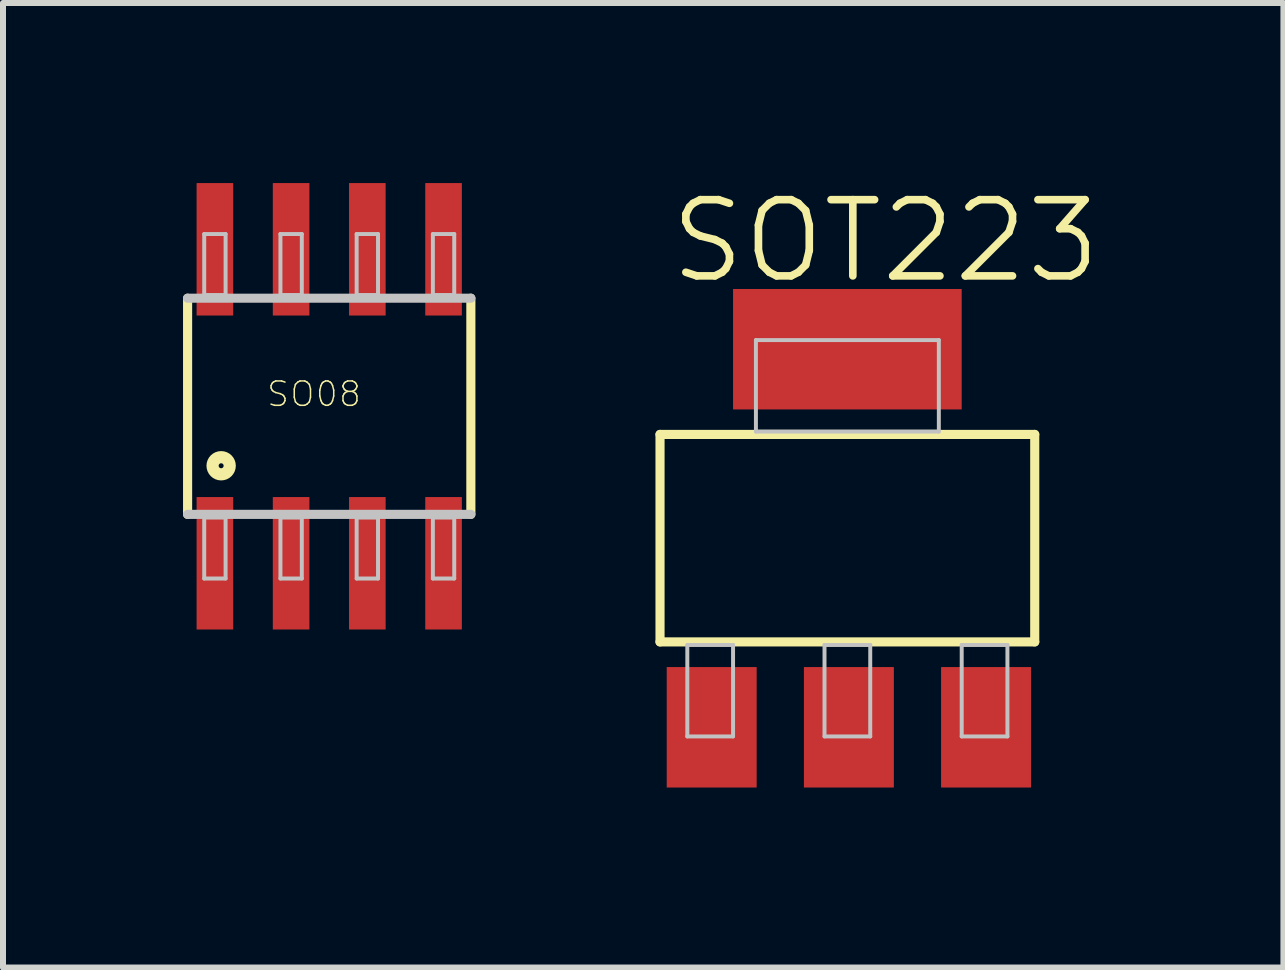
<source format=kicad_pcb>
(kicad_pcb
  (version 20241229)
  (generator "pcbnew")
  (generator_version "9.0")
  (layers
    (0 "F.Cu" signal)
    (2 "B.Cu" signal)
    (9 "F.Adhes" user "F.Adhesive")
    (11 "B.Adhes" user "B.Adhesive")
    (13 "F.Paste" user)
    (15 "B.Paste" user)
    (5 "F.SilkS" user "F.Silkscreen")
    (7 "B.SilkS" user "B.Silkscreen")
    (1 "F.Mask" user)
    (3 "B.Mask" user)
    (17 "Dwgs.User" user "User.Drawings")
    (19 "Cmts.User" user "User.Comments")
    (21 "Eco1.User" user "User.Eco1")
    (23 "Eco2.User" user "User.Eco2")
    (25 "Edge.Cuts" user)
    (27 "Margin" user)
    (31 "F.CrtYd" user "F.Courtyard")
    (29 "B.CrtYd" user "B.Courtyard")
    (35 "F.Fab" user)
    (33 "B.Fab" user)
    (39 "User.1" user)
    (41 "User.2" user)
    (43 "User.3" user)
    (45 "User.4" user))
  (footprint "SOT223"
    (layer "F.Cu")
    (at 11.07 5.919)
    (property "Reference" "SOT223" (at 0.635 -4.953 0) (layer "F.SilkS") (effects (font (size 1.27 1.27) (thickness 0.127))))
    (attr smd)
    (fp_line (start -3.122 -1.73) (end -3.122 1.727) (stroke (width 0.152) (type solid)) (layer "F.SilkS"))
    (fp_line (start -3.122 -1.73) (end 3.122 -1.73) (stroke (width 0.152) (type solid)) (layer "F.SilkS"))
    (fp_line (start 3.122 1.727) (end -3.122 1.727) (stroke (width 0.152) (type solid)) (layer "F.SilkS"))
    (fp_line (start 3.122 1.727) (end 3.122 -1.73) (stroke (width 0.152) (type solid)) (layer "F.SilkS"))
    (fp_line (start -2.667 1.778) (end -1.905 1.778) (stroke (width 0.066) (type solid)) (layer "Dwgs.User"))
    (fp_line (start -2.667 3.302) (end -2.667 1.778) (stroke (width 0.066) (type solid)) (layer "Dwgs.User"))
    (fp_line (start -2.667 3.302) (end -1.905 3.302) (stroke (width 0.066) (type solid)) (layer "Dwgs.User"))
    (fp_line (start -1.905 3.302) (end -1.905 1.778) (stroke (width 0.066) (type solid)) (layer "Dwgs.User"))
    (fp_line (start -1.524 -3.302) (end 1.524 -3.302) (stroke (width 0.066) (type solid)) (layer "Dwgs.User"))
    (fp_line (start -1.524 -1.778) (end -1.524 -3.302) (stroke (width 0.066) (type solid)) (layer "Dwgs.User"))
    (fp_line (start -1.524 -1.778) (end 1.524 -1.778) (stroke (width 0.066) (type solid)) (layer "Dwgs.User"))
    (fp_line (start -0.381 1.778) (end 0.381 1.778) (stroke (width 0.066) (type solid)) (layer "Dwgs.User"))
    (fp_line (start -0.381 3.302) (end -0.381 1.778) (stroke (width 0.066) (type solid)) (layer "Dwgs.User"))
    (fp_line (start -0.381 3.302) (end 0.381 3.302) (stroke (width 0.066) (type solid)) (layer "Dwgs.User"))
    (fp_line (start 0.381 3.302) (end 0.381 1.778) (stroke (width 0.066) (type solid)) (layer "Dwgs.User"))
    (fp_line (start 1.524 -1.778) (end 1.524 -3.302) (stroke (width 0.066) (type solid)) (layer "Dwgs.User"))
    (fp_line (start 1.905 1.778) (end 2.667 1.778) (stroke (width 0.066) (type solid)) (layer "Dwgs.User"))
    (fp_line (start 1.905 3.302) (end 1.905 1.778) (stroke (width 0.066) (type solid)) (layer "Dwgs.User"))
    (fp_line (start 1.905 3.302) (end 2.667 3.302) (stroke (width 0.066) (type solid)) (layer "Dwgs.User"))
    (fp_line (start 2.667 3.302) (end 2.667 1.778) (stroke (width 0.066) (type solid)) (layer "Dwgs.User"))
    (pad "1" smd rect (at -2.261 3.15) (size 1.499 2.007) (layers "F.Cu" "F.Mask" "F.Paste"))
    (pad "2" smd rect (at 0.025 3.15) (size 1.499 2.007) (layers "F.Cu" "F.Mask" "F.Paste"))
    (pad "3" smd rect (at 2.311 3.15) (size 1.499 2.007) (layers "F.Cu" "F.Mask" "F.Paste"))
    (pad "4" smd rect (at 0 -3.15) (size 3.81 2.007) (layers "F.Cu" "F.Mask" "F.Paste")))
  (footprint "SO08"
    (layer "F.Cu")
    (at 2.436 3.72)
    (property "Reference" "SO08" (at -0.254 -0.203 0) (layer "F.SilkS") (effects (font (size 0.406 0.406) (thickness 0.025))))
    (attr smd)
    (fp_line (start -2.36 -1.801) (end -2.36 1.801) (stroke (width 0.152) (type solid)) (layer "F.SilkS"))
    (fp_line (start 2.36 1.801) (end 2.36 -1.801) (stroke (width 0.152) (type solid)) (layer "F.SilkS"))
    (fp_circle (center -1.801 0.991) (end -1.801 0.848) (stroke (width 0.203) (type solid)) (fill no) (layer "F.SilkS"))
    (fp_line (start -2.36 1.801) (end 2.36 1.801) (stroke (width 0.152) (type solid)) (layer "Dwgs.User"))
    (fp_line (start -2.083 -2.87) (end -1.727 -2.87) (stroke (width 0.066) (type solid)) (layer "Dwgs.User"))
    (fp_line (start -2.083 -1.854) (end -2.083 -2.87) (stroke (width 0.066) (type solid)) (layer "Dwgs.User"))
    (fp_line (start -2.083 -1.854) (end -1.727 -1.854) (stroke (width 0.066) (type solid)) (layer "Dwgs.User"))
    (fp_line (start -2.083 1.854) (end -1.727 1.854) (stroke (width 0.066) (type solid)) (layer "Dwgs.User"))
    (fp_line (start -2.083 2.87) (end -2.083 1.854) (stroke (width 0.066) (type solid)) (layer "Dwgs.User"))
    (fp_line (start -2.083 2.87) (end -1.727 2.87) (stroke (width 0.066) (type solid)) (layer "Dwgs.User"))
    (fp_line (start -1.727 -1.854) (end -1.727 -2.87) (stroke (width 0.066) (type solid)) (layer "Dwgs.User"))
    (fp_line (start -1.727 2.87) (end -1.727 1.854) (stroke (width 0.066) (type solid)) (layer "Dwgs.User"))
    (fp_line (start -0.813 -2.87) (end -0.457 -2.87) (stroke (width 0.066) (type solid)) (layer "Dwgs.User"))
    (fp_line (start -0.813 -1.854) (end -0.813 -2.87) (stroke (width 0.066) (type solid)) (layer "Dwgs.User"))
    (fp_line (start -0.813 -1.854) (end -0.457 -1.854) (stroke (width 0.066) (type solid)) (layer "Dwgs.User"))
    (fp_line (start -0.813 1.854) (end -0.457 1.854) (stroke (width 0.066) (type solid)) (layer "Dwgs.User"))
    (fp_line (start -0.813 2.87) (end -0.813 1.854) (stroke (width 0.066) (type solid)) (layer "Dwgs.User"))
    (fp_line (start -0.813 2.87) (end -0.457 2.87) (stroke (width 0.066) (type solid)) (layer "Dwgs.User"))
    (fp_line (start -0.457 -1.854) (end -0.457 -2.87) (stroke (width 0.066) (type solid)) (layer "Dwgs.User"))
    (fp_line (start -0.457 2.87) (end -0.457 1.854) (stroke (width 0.066) (type solid)) (layer "Dwgs.User"))
    (fp_line (start 0.457 -2.87) (end 0.813 -2.87) (stroke (width 0.066) (type solid)) (layer "Dwgs.User"))
    (fp_line (start 0.457 -1.854) (end 0.457 -2.87) (stroke (width 0.066) (type solid)) (layer "Dwgs.User"))
    (fp_line (start 0.457 -1.854) (end 0.813 -1.854) (stroke (width 0.066) (type solid)) (layer "Dwgs.User"))
    (fp_line (start 0.457 1.854) (end 0.813 1.854) (stroke (width 0.066) (type solid)) (layer "Dwgs.User"))
    (fp_line (start 0.457 2.87) (end 0.457 1.854) (stroke (width 0.066) (type solid)) (layer "Dwgs.User"))
    (fp_line (start 0.457 2.87) (end 0.813 2.87) (stroke (width 0.066) (type solid)) (layer "Dwgs.User"))
    (fp_line (start 0.813 -1.854) (end 0.813 -2.87) (stroke (width 0.066) (type solid)) (layer "Dwgs.User"))
    (fp_line (start 0.813 2.87) (end 0.813 1.854) (stroke (width 0.066) (type solid)) (layer "Dwgs.User"))
    (fp_line (start 1.727 -2.87) (end 2.083 -2.87) (stroke (width 0.066) (type solid)) (layer "Dwgs.User"))
    (fp_line (start 1.727 -1.854) (end 1.727 -2.87) (stroke (width 0.066) (type solid)) (layer "Dwgs.User"))
    (fp_line (start 1.727 -1.854) (end 2.083 -1.854) (stroke (width 0.066) (type solid)) (layer "Dwgs.User"))
    (fp_line (start 1.727 1.854) (end 2.083 1.854) (stroke (width 0.066) (type solid)) (layer "Dwgs.User"))
    (fp_line (start 1.727 2.87) (end 1.727 1.854) (stroke (width 0.066) (type solid)) (layer "Dwgs.User"))
    (fp_line (start 1.727 2.87) (end 2.083 2.87) (stroke (width 0.066) (type solid)) (layer "Dwgs.User"))
    (fp_line (start 2.083 -1.854) (end 2.083 -2.87) (stroke (width 0.066) (type solid)) (layer "Dwgs.User"))
    (fp_line (start 2.083 2.87) (end 2.083 1.854) (stroke (width 0.066) (type solid)) (layer "Dwgs.User"))
    (fp_line (start 2.36 -1.801) (end -2.36 -1.801) (stroke (width 0.152) (type solid)) (layer "Dwgs.User"))
    (pad "1" smd rect (at -1.905 2.616) (size 0.61 2.207) (layers "F.Cu" "F.Mask" "F.Paste"))
    (pad "2" smd rect (at -0.635 2.616) (size 0.61 2.207) (layers "F.Cu" "F.Mask" "F.Paste"))
    (pad "3" smd rect (at 0.635 2.616) (size 0.61 2.207) (layers "F.Cu" "F.Mask" "F.Paste"))
    (pad "4" smd rect (at 1.905 2.616) (size 0.61 2.207) (layers "F.Cu" "F.Mask" "F.Paste"))
    (pad "5" smd rect (at 1.905 -2.616) (size 0.61 2.207) (layers "F.Cu" "F.Mask" "F.Paste"))
    (pad "6" smd rect (at 0.635 -2.616) (size 0.61 2.207) (layers "F.Cu" "F.Mask" "F.Paste"))
    (pad "7" smd rect (at -0.635 -2.616) (size 0.61 2.207) (layers "F.Cu" "F.Mask" "F.Paste"))
    (pad "8" smd rect (at -1.905 -2.616) (size 0.61 2.207) (layers "F.Cu" "F.Mask" "F.Paste")))
  (gr_rect
    (start -3 -3)
    (end 18.336 13.072)
    (stroke (width 0.1) (type default))
    (fill no)
    (layer "Edge.Cuts")))
</source>
